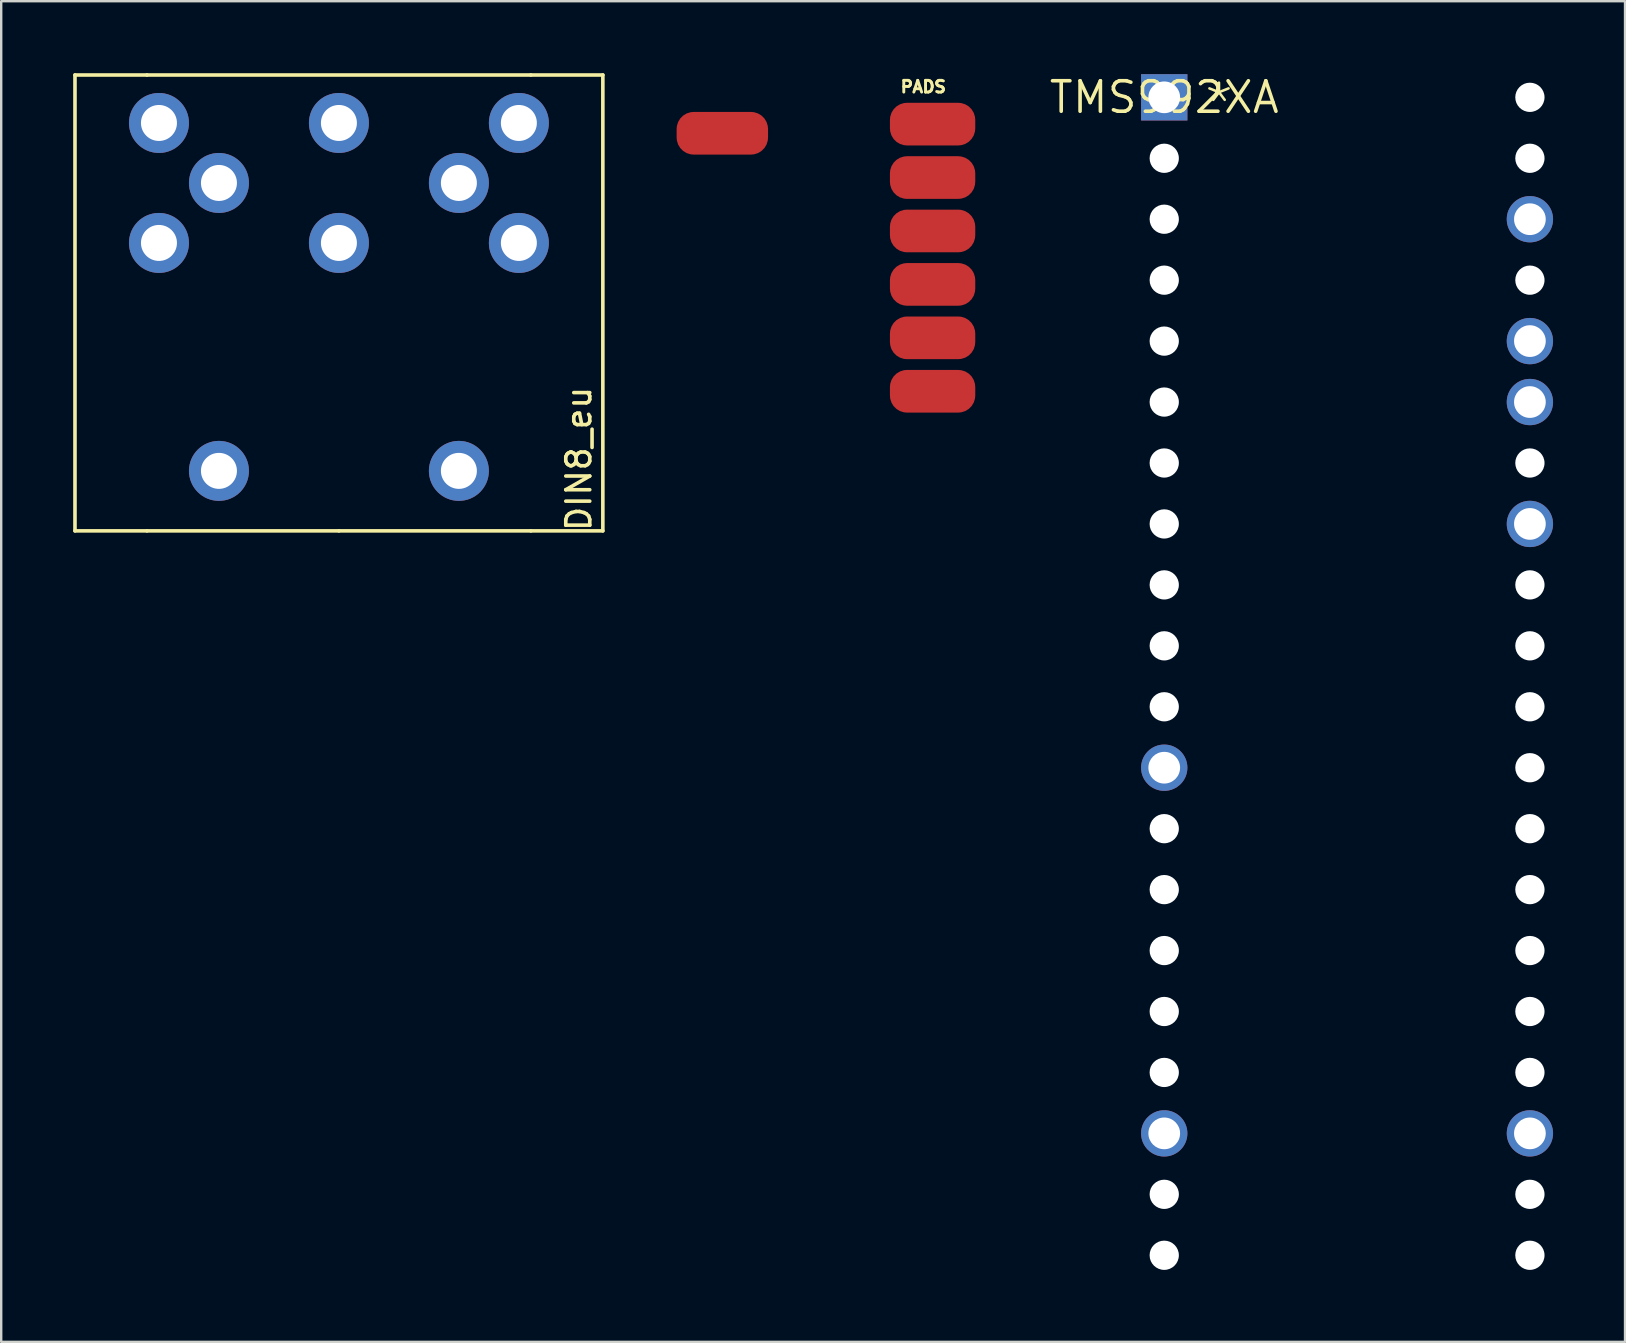
<source format=kicad_pcb>
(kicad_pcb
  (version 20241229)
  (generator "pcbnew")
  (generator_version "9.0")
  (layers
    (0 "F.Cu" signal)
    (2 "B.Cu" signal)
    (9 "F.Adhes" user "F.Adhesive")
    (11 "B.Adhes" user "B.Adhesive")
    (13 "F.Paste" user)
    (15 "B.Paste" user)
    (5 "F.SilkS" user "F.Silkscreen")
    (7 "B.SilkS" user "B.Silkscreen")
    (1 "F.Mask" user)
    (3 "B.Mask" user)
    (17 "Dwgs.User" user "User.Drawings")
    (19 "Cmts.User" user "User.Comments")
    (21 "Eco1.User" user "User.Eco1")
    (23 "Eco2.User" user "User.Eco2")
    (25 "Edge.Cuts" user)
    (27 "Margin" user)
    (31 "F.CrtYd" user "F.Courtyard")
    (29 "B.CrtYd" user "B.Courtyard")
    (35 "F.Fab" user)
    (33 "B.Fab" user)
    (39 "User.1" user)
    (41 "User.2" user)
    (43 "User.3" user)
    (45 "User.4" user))
  (footprint "DIN8_eu"
    (layer "F.Cu")
    (at 11.075 19.075)
    (property "Reference" "DIN8_eu" (at 10 -3 270) (layer "F.SilkS") (effects (font (size 1 1) (thickness 0.15))))
    (attr through_hole)
    (fp_line (start -11 -19) (end -8 -19) (stroke (width 0.15) (type solid)) (layer "F.SilkS"))
    (fp_line (start -11 0) (end -11 -19) (stroke (width 0.15) (type solid)) (layer "F.SilkS"))
    (fp_line (start -8 0) (end -11 0) (stroke (width 0.15) (type solid)) (layer "F.SilkS"))
    (fp_line (start -8 0) (end 0 0) (stroke (width 0.15) (type solid)) (layer "F.SilkS"))
    (fp_line (start 0 0) (end 8 0) (stroke (width 0.15) (type solid)) (layer "F.SilkS"))
    (fp_line (start 8 -19) (end -8 -19) (stroke (width 0.15) (type solid)) (layer "F.SilkS"))
    (fp_line (start 8 0) (end 11 0) (stroke (width 0.15) (type solid)) (layer "F.SilkS"))
    (fp_line (start 11 -19) (end 8 -19) (stroke (width 0.15) (type solid)) (layer "F.SilkS"))
    (fp_line (start 11 0) (end 11 -19) (stroke (width 0.15) (type solid)) (layer "F.SilkS"))
    (pad "" thru_hole circle (at -5 -2.5) (size 2.5 2.5) (drill 1.5) (layers "*.Cu" "*.Mask"))
    (pad "" thru_hole circle (at 5 -2.5) (size 2.5 2.5) (drill 1.5) (layers "*.Cu" "*.Mask"))
    (pad "1" thru_hole circle (at 7.5 -12) (size 2.5 2.5) (drill 1.5) (layers "*.Cu" "*.Mask"))
    (pad "2" thru_hole circle (at 0 -12) (size 2.5 2.5) (drill 1.5) (layers "*.Cu" "*.Mask"))
    (pad "3" thru_hole circle (at -7.5 -12) (size 2.5 2.5) (drill 1.5) (layers "*.Cu" "*.Mask"))
    (pad "4" thru_hole circle (at 5 -14.5) (size 2.5 2.5) (drill 1.5) (layers "*.Cu" "*.Mask"))
    (pad "5" thru_hole circle (at -5 -14.5) (size 2.5 2.5) (drill 1.5) (layers "*.Cu" "*.Mask"))
    (pad "6" thru_hole circle (at 7.5 -17) (size 2.5 2.5) (drill 1.5) (layers "*.Cu" "*.Mask"))
    (pad "7" thru_hole circle (at -7.5 -17) (size 2.5 2.5) (drill 1.5) (layers "*.Cu" "*.Mask"))
    (pad "8" thru_hole circle (at 0 -17) (size 2.5 2.5) (drill 1.5) (layers "*.Cu" "*.Mask")))
  (footprint "PADS"
    (layer "F.Cu")
    (at 35.818 2.123)
    (property "Reference" "PADS" (at -1.397 -1.27 0) (unlocked yes) (layer "F.SilkS") (effects (font (size 0.488 0.488) (thickness 0.122)) (justify left bottom)))
    (pad "1" smd roundrect (at 0 0.000031) (size 3.556 1.778) (layers "F.Cu" "F.Mask") (roundrect_rratio 0.4))
    (pad "2" smd roundrect (at 0 2.227) (size 3.556 1.778) (layers "F.Cu" "F.Mask") (roundrect_rratio 0.4))
    (pad "3" smd roundrect (at 0 4.453) (size 3.556 1.778) (layers "F.Cu" "F.Mask") (roundrect_rratio 0.4))
    (pad "4" smd roundrect (at 0 6.68) (size 3.556 1.778) (layers "F.Cu" "F.Mask") (roundrect_rratio 0.4))
    (pad "5" smd roundrect (at 0 8.907) (size 3.556 1.778) (layers "F.Cu" "F.Mask") (roundrect_rratio 0.4))
    (pad "6" smd roundrect (at 0 11.134) (size 3.556 1.778) (layers "F.Cu" "F.Mask") (roundrect_rratio 0.4))
    (pad "7" smd roundrect (at -8.763 0.381) (size 3.81 1.778) (layers "F.Cu" "F.Mask") (roundrect_rratio 0.4)))
  (footprint "TMS992XA"
    (layer "F.Cu")
    (at 45.472 1.006)
    (property "Reference" "TMS992XA" (at 0 0 0) (layer "F.SilkS") (effects (font (size 1.27 1.27) (thickness 0.15))))
    (fp_text user "*" (at 1.575 1.27 0) (unlocked yes) (layer "F.SilkS") (effects (font (size 1.671 1.671) (thickness 0.107)) (justify left bottom)))
    (pad "" np_thru_hole circle (at 0 2.54) (size 1.219 1.219) (drill 1.219) (layers "*.Cu" "*.Mask"))
    (pad "" np_thru_hole circle (at 0 5.08) (size 1.219 1.219) (drill 1.219) (layers "*.Cu" "*.Mask"))
    (pad "" np_thru_hole circle (at 0 7.62) (size 1.219 1.219) (drill 1.219) (layers "*.Cu" "*.Mask"))
    (pad "" np_thru_hole circle (at 0 10.16) (size 1.219 1.219) (drill 1.219) (layers "*.Cu" "*.Mask"))
    (pad "" np_thru_hole circle (at 0 12.7) (size 1.219 1.219) (drill 1.219) (layers "*.Cu" "*.Mask"))
    (pad "" np_thru_hole circle (at 0 15.24) (size 1.219 1.219) (drill 1.219) (layers "*.Cu" "*.Mask"))
    (pad "" np_thru_hole circle (at 0 17.78) (size 1.219 1.219) (drill 1.219) (layers "*.Cu" "*.Mask"))
    (pad "" np_thru_hole circle (at 0 20.32) (size 1.219 1.219) (drill 1.219) (layers "*.Cu" "*.Mask"))
    (pad "" np_thru_hole circle (at 0 22.86) (size 1.219 1.219) (drill 1.219) (layers "*.Cu" "*.Mask"))
    (pad "" np_thru_hole circle (at 0 25.4) (size 1.219 1.219) (drill 1.219) (layers "*.Cu" "*.Mask"))
    (pad "" np_thru_hole circle (at 0 30.48) (size 1.219 1.219) (drill 1.219) (layers "*.Cu" "*.Mask"))
    (pad "" np_thru_hole circle (at 0 33.02) (size 1.219 1.219) (drill 1.219) (layers "*.Cu" "*.Mask"))
    (pad "" np_thru_hole circle (at 0 35.56) (size 1.219 1.219) (drill 1.219) (layers "*.Cu" "*.Mask"))
    (pad "" np_thru_hole circle (at 0 38.1) (size 1.219 1.219) (drill 1.219) (layers "*.Cu" "*.Mask"))
    (pad "" np_thru_hole circle (at 0 40.64) (size 1.219 1.219) (drill 1.219) (layers "*.Cu" "*.Mask"))
    (pad "" np_thru_hole circle (at 0 45.72) (size 1.219 1.219) (drill 1.219) (layers "*.Cu" "*.Mask"))
    (pad "" np_thru_hole circle (at 0 48.26) (size 1.219 1.219) (drill 1.219) (layers "*.Cu" "*.Mask"))
    (pad "" np_thru_hole circle (at 15.24 0) (size 1.219 1.219) (drill 1.219) (layers "*.Cu" "*.Mask"))
    (pad "" np_thru_hole circle (at 15.24 2.54) (size 1.219 1.219) (drill 1.219) (layers "*.Cu" "*.Mask"))
    (pad "" np_thru_hole circle (at 15.24 7.62) (size 1.219 1.219) (drill 1.219) (layers "*.Cu" "*.Mask"))
    (pad "" np_thru_hole circle (at 15.24 15.24) (size 1.219 1.219) (drill 1.219) (layers "*.Cu" "*.Mask"))
    (pad "" np_thru_hole circle (at 15.24 20.32) (size 1.219 1.219) (drill 1.219) (layers "*.Cu" "*.Mask"))
    (pad "" np_thru_hole circle (at 15.24 22.86) (size 1.219 1.219) (drill 1.219) (layers "*.Cu" "*.Mask"))
    (pad "" np_thru_hole circle (at 15.24 25.4) (size 1.219 1.219) (drill 1.219) (layers "*.Cu" "*.Mask"))
    (pad "" np_thru_hole circle (at 15.24 27.94) (size 1.219 1.219) (drill 1.219) (layers "*.Cu" "*.Mask"))
    (pad "" np_thru_hole circle (at 15.24 30.48) (size 1.219 1.219) (drill 1.219) (layers "*.Cu" "*.Mask"))
    (pad "" np_thru_hole circle (at 15.24 33.02) (size 1.219 1.219) (drill 1.219) (layers "*.Cu" "*.Mask"))
    (pad "" np_thru_hole circle (at 15.24 35.56) (size 1.219 1.219) (drill 1.219) (layers "*.Cu" "*.Mask"))
    (pad "" np_thru_hole circle (at 15.24 38.1) (size 1.219 1.219) (drill 1.219) (layers "*.Cu" "*.Mask"))
    (pad "" np_thru_hole circle (at 15.24 40.64) (size 1.219 1.219) (drill 1.219) (layers "*.Cu" "*.Mask"))
    (pad "" np_thru_hole circle (at 15.24 45.72) (size 1.219 1.219) (drill 1.219) (layers "*.Cu" "*.Mask"))
    (pad "" np_thru_hole circle (at 15.24 48.26) (size 1.219 1.219) (drill 1.219) (layers "*.Cu" "*.Mask"))
    (pad "1" thru_hole rect (at 0 0) (size 1.93 1.93) (drill 1.321) (layers "*.Cu" "*.Mask"))
    (pad "12" thru_hole circle (at 0 27.94) (size 1.93 1.93) (drill 1.321) (layers "*.Cu" "*.Mask"))
    (pad "18" thru_hole circle (at 0 43.18) (size 1.93 1.93) (drill 1.321) (layers "*.Cu" "*.Mask"))
    (pad "23" thru_hole circle (at 15.24 43.18) (size 1.93 1.93) (drill 1.321) (layers "*.Cu" "*.Mask"))
    (pad "33" thru_hole circle (at 15.24 17.78) (size 1.93 1.93) (drill 1.321) (layers "*.Cu" "*.Mask"))
    (pad "35" thru_hole circle (at 15.24 12.7) (size 1.93 1.93) (drill 1.321) (layers "*.Cu" "*.Mask"))
    (pad "36" thru_hole circle (at 15.24 10.16) (size 1.93 1.93) (drill 1.321) (layers "*.Cu" "*.Mask"))
    (pad "38" thru_hole circle (at 15.24 5.08) (size 1.93 1.93) (drill 1.321) (layers "*.Cu" "*.Mask")))
  (gr_rect
    (start -3 -3)
    (end 64.677 52.876)
    (stroke (width 0.1) (type default))
    (fill no)
    (layer "Edge.Cuts")))
</source>
